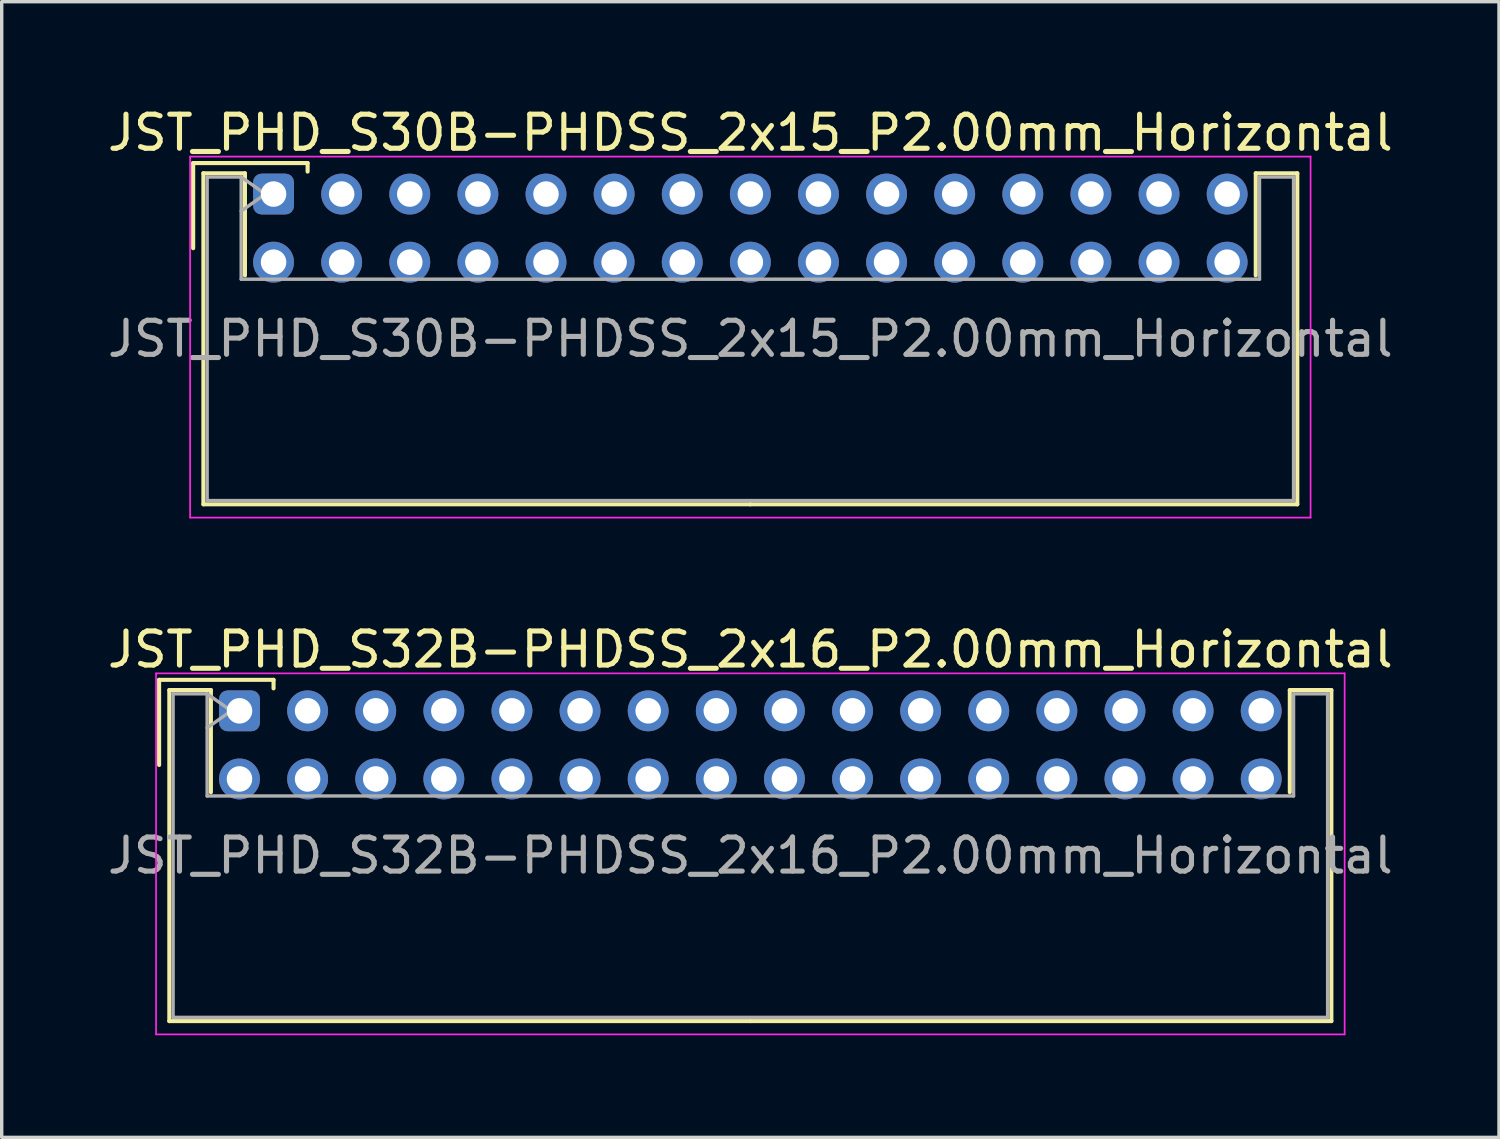
<source format=kicad_pcb>
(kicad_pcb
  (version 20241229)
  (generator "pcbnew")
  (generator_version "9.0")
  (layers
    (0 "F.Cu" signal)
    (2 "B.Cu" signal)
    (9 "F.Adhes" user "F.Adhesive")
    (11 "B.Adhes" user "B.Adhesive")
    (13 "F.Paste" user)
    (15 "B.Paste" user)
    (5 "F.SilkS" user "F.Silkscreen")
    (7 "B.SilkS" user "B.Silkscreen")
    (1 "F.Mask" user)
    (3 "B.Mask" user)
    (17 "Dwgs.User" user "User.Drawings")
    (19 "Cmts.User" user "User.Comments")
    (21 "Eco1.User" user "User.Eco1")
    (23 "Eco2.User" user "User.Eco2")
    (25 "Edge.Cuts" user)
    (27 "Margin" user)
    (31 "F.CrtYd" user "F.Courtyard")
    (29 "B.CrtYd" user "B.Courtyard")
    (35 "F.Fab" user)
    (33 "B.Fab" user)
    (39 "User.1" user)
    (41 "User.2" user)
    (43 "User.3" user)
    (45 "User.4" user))
  (footprint "JST_PHD_S30B-PHDSS_2x15_P2.00mm_Horizontal"
    (layer "F.Cu")
    (at 4.982 2.648)
    (property "Reference" "JST_PHD_S30B-PHDSS_2x15_P2.00mm_Horizontal" (at 14 -1.8 0) (layer "F.SilkS") (effects (font (size 1 1) (thickness 0.15))))
    (attr through_hole)
    (fp_line (start -2.36 -0.91) (end -2.36 1.59) (stroke (width 0.12) (type solid)) (layer "F.SilkS"))
    (fp_line (start -2.06 -0.61) (end -2.06 9.11) (stroke (width 0.12) (type solid)) (layer "F.SilkS"))
    (fp_line (start -2.06 9.11) (end 14 9.11) (stroke (width 0.12) (type solid)) (layer "F.SilkS"))
    (fp_line (start -0.84 -0.61) (end -2.06 -0.61) (stroke (width 0.12) (type solid)) (layer "F.SilkS"))
    (fp_line (start -0.84 2.39) (end -0.84 -0.61) (stroke (width 0.12) (type solid)) (layer "F.SilkS"))
    (fp_line (start 1 -0.91) (end -2.36 -0.91) (stroke (width 0.12) (type solid)) (layer "F.SilkS"))
    (fp_line (start 1 -0.66) (end 1 -0.91) (stroke (width 0.12) (type solid)) (layer "F.SilkS"))
    (fp_line (start 28.84 -0.61) (end 30.06 -0.61) (stroke (width 0.12) (type solid)) (layer "F.SilkS"))
    (fp_line (start 28.84 2.39) (end 28.84 -0.61) (stroke (width 0.12) (type solid)) (layer "F.SilkS"))
    (fp_line (start 30.06 -0.61) (end 30.06 9.11) (stroke (width 0.12) (type solid)) (layer "F.SilkS"))
    (fp_line (start 30.06 9.11) (end 14 9.11) (stroke (width 0.12) (type solid)) (layer "F.SilkS"))
    (fp_line (start -2.45 -1.1) (end -2.45 9.5) (stroke (width 0.05) (type solid)) (layer "F.CrtYd"))
    (fp_line (start -2.45 9.5) (end 30.45 9.5) (stroke (width 0.05) (type solid)) (layer "F.CrtYd"))
    (fp_line (start 30.45 -1.1) (end -2.45 -1.1) (stroke (width 0.05) (type solid)) (layer "F.CrtYd"))
    (fp_line (start 30.45 9.5) (end 30.45 -1.1) (stroke (width 0.05) (type solid)) (layer "F.CrtYd"))
    (fp_line (start -1.95 -0.5) (end -0.95 -0.5) (stroke (width 0.1) (type solid)) (layer "F.Fab"))
    (fp_line (start -1.95 9) (end -1.95 -0.5) (stroke (width 0.1) (type solid)) (layer "F.Fab"))
    (fp_line (start -0.95 -0.5) (end -0.95 2.5) (stroke (width 0.1) (type solid)) (layer "F.Fab"))
    (fp_line (start -0.95 -0.5) (end -0.243 0) (stroke (width 0.1) (type solid)) (layer "F.Fab"))
    (fp_line (start -0.95 2.5) (end 28.95 2.5) (stroke (width 0.1) (type solid)) (layer "F.Fab"))
    (fp_line (start -0.243 0) (end -0.95 0.5) (stroke (width 0.1) (type solid)) (layer "F.Fab"))
    (fp_line (start 28.95 -0.5) (end 29.95 -0.5) (stroke (width 0.1) (type solid)) (layer "F.Fab"))
    (fp_line (start 28.95 2.5) (end 28.95 -0.5) (stroke (width 0.1) (type solid)) (layer "F.Fab"))
    (fp_line (start 29.95 -0.5) (end 29.95 9) (stroke (width 0.1) (type solid)) (layer "F.Fab"))
    (fp_line (start 29.95 9) (end -1.95 9) (stroke (width 0.1) (type solid)) (layer "F.Fab"))
    (fp_text user "${REFERENCE}" (at 14 4.25 0) (layer "F.Fab") (effects (font (size 1 1) (thickness 0.15))))
    (pad "1" thru_hole roundrect (at 0 0) (size 1.2 1.2) (drill 0.75) (layers "*.Cu" "*.Mask") (roundrect_rratio 0.208))
    (pad "2" thru_hole circle (at 0 2) (size 1.2 1.2) (drill 0.75) (layers "*.Cu" "*.Mask"))
    (pad "3" thru_hole circle (at 2 0) (size 1.2 1.2) (drill 0.75) (layers "*.Cu" "*.Mask"))
    (pad "4" thru_hole circle (at 2 2) (size 1.2 1.2) (drill 0.75) (layers "*.Cu" "*.Mask"))
    (pad "5" thru_hole circle (at 4 0) (size 1.2 1.2) (drill 0.75) (layers "*.Cu" "*.Mask"))
    (pad "6" thru_hole circle (at 4 2) (size 1.2 1.2) (drill 0.75) (layers "*.Cu" "*.Mask"))
    (pad "7" thru_hole circle (at 6 0) (size 1.2 1.2) (drill 0.75) (layers "*.Cu" "*.Mask"))
    (pad "8" thru_hole circle (at 6 2) (size 1.2 1.2) (drill 0.75) (layers "*.Cu" "*.Mask"))
    (pad "9" thru_hole circle (at 8 0) (size 1.2 1.2) (drill 0.75) (layers "*.Cu" "*.Mask"))
    (pad "10" thru_hole circle (at 8 2) (size 1.2 1.2) (drill 0.75) (layers "*.Cu" "*.Mask"))
    (pad "11" thru_hole circle (at 10 0) (size 1.2 1.2) (drill 0.75) (layers "*.Cu" "*.Mask"))
    (pad "12" thru_hole circle (at 10 2) (size 1.2 1.2) (drill 0.75) (layers "*.Cu" "*.Mask"))
    (pad "13" thru_hole circle (at 12 0) (size 1.2 1.2) (drill 0.75) (layers "*.Cu" "*.Mask"))
    (pad "14" thru_hole circle (at 12 2) (size 1.2 1.2) (drill 0.75) (layers "*.Cu" "*.Mask"))
    (pad "15" thru_hole circle (at 14 0) (size 1.2 1.2) (drill 0.75) (layers "*.Cu" "*.Mask"))
    (pad "16" thru_hole circle (at 14 2) (size 1.2 1.2) (drill 0.75) (layers "*.Cu" "*.Mask"))
    (pad "17" thru_hole circle (at 16 0) (size 1.2 1.2) (drill 0.75) (layers "*.Cu" "*.Mask"))
    (pad "18" thru_hole circle (at 16 2) (size 1.2 1.2) (drill 0.75) (layers "*.Cu" "*.Mask"))
    (pad "19" thru_hole circle (at 18 0) (size 1.2 1.2) (drill 0.75) (layers "*.Cu" "*.Mask"))
    (pad "20" thru_hole circle (at 18 2) (size 1.2 1.2) (drill 0.75) (layers "*.Cu" "*.Mask"))
    (pad "21" thru_hole circle (at 20 0) (size 1.2 1.2) (drill 0.75) (layers "*.Cu" "*.Mask"))
    (pad "22" thru_hole circle (at 20 2) (size 1.2 1.2) (drill 0.75) (layers "*.Cu" "*.Mask"))
    (pad "23" thru_hole circle (at 22 0) (size 1.2 1.2) (drill 0.75) (layers "*.Cu" "*.Mask"))
    (pad "24" thru_hole circle (at 22 2) (size 1.2 1.2) (drill 0.75) (layers "*.Cu" "*.Mask"))
    (pad "25" thru_hole circle (at 24 0) (size 1.2 1.2) (drill 0.75) (layers "*.Cu" "*.Mask"))
    (pad "26" thru_hole circle (at 24 2) (size 1.2 1.2) (drill 0.75) (layers "*.Cu" "*.Mask"))
    (pad "27" thru_hole circle (at 26 0) (size 1.2 1.2) (drill 0.75) (layers "*.Cu" "*.Mask"))
    (pad "28" thru_hole circle (at 26 2) (size 1.2 1.2) (drill 0.75) (layers "*.Cu" "*.Mask"))
    (pad "29" thru_hole circle (at 28 0) (size 1.2 1.2) (drill 0.75) (layers "*.Cu" "*.Mask"))
    (pad "30" thru_hole circle (at 28 2) (size 1.2 1.2) (drill 0.75) (layers "*.Cu" "*.Mask")))
  (footprint "JST_PHD_S32B-PHDSS_2x16_P2.00mm_Horizontal"
    (layer "F.Cu")
    (at 3.982 17.822)
    (property "Reference" "JST_PHD_S32B-PHDSS_2x16_P2.00mm_Horizontal" (at 15 -1.8 0) (layer "F.SilkS") (effects (font (size 1 1) (thickness 0.15))))
    (attr through_hole)
    (fp_line (start -2.36 -0.91) (end -2.36 1.59) (stroke (width 0.12) (type solid)) (layer "F.SilkS"))
    (fp_line (start -2.06 -0.61) (end -2.06 9.11) (stroke (width 0.12) (type solid)) (layer "F.SilkS"))
    (fp_line (start -2.06 9.11) (end 15 9.11) (stroke (width 0.12) (type solid)) (layer "F.SilkS"))
    (fp_line (start -0.84 -0.61) (end -2.06 -0.61) (stroke (width 0.12) (type solid)) (layer "F.SilkS"))
    (fp_line (start -0.84 2.39) (end -0.84 -0.61) (stroke (width 0.12) (type solid)) (layer "F.SilkS"))
    (fp_line (start 1 -0.91) (end -2.36 -0.91) (stroke (width 0.12) (type solid)) (layer "F.SilkS"))
    (fp_line (start 1 -0.66) (end 1 -0.91) (stroke (width 0.12) (type solid)) (layer "F.SilkS"))
    (fp_line (start 30.84 -0.61) (end 32.06 -0.61) (stroke (width 0.12) (type solid)) (layer "F.SilkS"))
    (fp_line (start 30.84 2.39) (end 30.84 -0.61) (stroke (width 0.12) (type solid)) (layer "F.SilkS"))
    (fp_line (start 32.06 -0.61) (end 32.06 9.11) (stroke (width 0.12) (type solid)) (layer "F.SilkS"))
    (fp_line (start 32.06 9.11) (end 15 9.11) (stroke (width 0.12) (type solid)) (layer "F.SilkS"))
    (fp_line (start -2.45 -1.1) (end -2.45 9.5) (stroke (width 0.05) (type solid)) (layer "F.CrtYd"))
    (fp_line (start -2.45 9.5) (end 32.45 9.5) (stroke (width 0.05) (type solid)) (layer "F.CrtYd"))
    (fp_line (start 32.45 -1.1) (end -2.45 -1.1) (stroke (width 0.05) (type solid)) (layer "F.CrtYd"))
    (fp_line (start 32.45 9.5) (end 32.45 -1.1) (stroke (width 0.05) (type solid)) (layer "F.CrtYd"))
    (fp_line (start -1.95 -0.5) (end -0.95 -0.5) (stroke (width 0.1) (type solid)) (layer "F.Fab"))
    (fp_line (start -1.95 9) (end -1.95 -0.5) (stroke (width 0.1) (type solid)) (layer "F.Fab"))
    (fp_line (start -0.95 -0.5) (end -0.95 2.5) (stroke (width 0.1) (type solid)) (layer "F.Fab"))
    (fp_line (start -0.95 -0.5) (end -0.243 0) (stroke (width 0.1) (type solid)) (layer "F.Fab"))
    (fp_line (start -0.95 2.5) (end 30.95 2.5) (stroke (width 0.1) (type solid)) (layer "F.Fab"))
    (fp_line (start -0.243 0) (end -0.95 0.5) (stroke (width 0.1) (type solid)) (layer "F.Fab"))
    (fp_line (start 30.95 -0.5) (end 31.95 -0.5) (stroke (width 0.1) (type solid)) (layer "F.Fab"))
    (fp_line (start 30.95 2.5) (end 30.95 -0.5) (stroke (width 0.1) (type solid)) (layer "F.Fab"))
    (fp_line (start 31.95 -0.5) (end 31.95 9) (stroke (width 0.1) (type solid)) (layer "F.Fab"))
    (fp_line (start 31.95 9) (end -1.95 9) (stroke (width 0.1) (type solid)) (layer "F.Fab"))
    (fp_text user "${REFERENCE}" (at 15 4.25 0) (layer "F.Fab") (effects (font (size 1 1) (thickness 0.15))))
    (pad "1" thru_hole roundrect (at 0 0) (size 1.2 1.2) (drill 0.75) (layers "*.Cu" "*.Mask") (roundrect_rratio 0.208))
    (pad "2" thru_hole circle (at 0 2) (size 1.2 1.2) (drill 0.75) (layers "*.Cu" "*.Mask"))
    (pad "3" thru_hole circle (at 2 0) (size 1.2 1.2) (drill 0.75) (layers "*.Cu" "*.Mask"))
    (pad "4" thru_hole circle (at 2 2) (size 1.2 1.2) (drill 0.75) (layers "*.Cu" "*.Mask"))
    (pad "5" thru_hole circle (at 4 0) (size 1.2 1.2) (drill 0.75) (layers "*.Cu" "*.Mask"))
    (pad "6" thru_hole circle (at 4 2) (size 1.2 1.2) (drill 0.75) (layers "*.Cu" "*.Mask"))
    (pad "7" thru_hole circle (at 6 0) (size 1.2 1.2) (drill 0.75) (layers "*.Cu" "*.Mask"))
    (pad "8" thru_hole circle (at 6 2) (size 1.2 1.2) (drill 0.75) (layers "*.Cu" "*.Mask"))
    (pad "9" thru_hole circle (at 8 0) (size 1.2 1.2) (drill 0.75) (layers "*.Cu" "*.Mask"))
    (pad "10" thru_hole circle (at 8 2) (size 1.2 1.2) (drill 0.75) (layers "*.Cu" "*.Mask"))
    (pad "11" thru_hole circle (at 10 0) (size 1.2 1.2) (drill 0.75) (layers "*.Cu" "*.Mask"))
    (pad "12" thru_hole circle (at 10 2) (size 1.2 1.2) (drill 0.75) (layers "*.Cu" "*.Mask"))
    (pad "13" thru_hole circle (at 12 0) (size 1.2 1.2) (drill 0.75) (layers "*.Cu" "*.Mask"))
    (pad "14" thru_hole circle (at 12 2) (size 1.2 1.2) (drill 0.75) (layers "*.Cu" "*.Mask"))
    (pad "15" thru_hole circle (at 14 0) (size 1.2 1.2) (drill 0.75) (layers "*.Cu" "*.Mask"))
    (pad "16" thru_hole circle (at 14 2) (size 1.2 1.2) (drill 0.75) (layers "*.Cu" "*.Mask"))
    (pad "17" thru_hole circle (at 16 0) (size 1.2 1.2) (drill 0.75) (layers "*.Cu" "*.Mask"))
    (pad "18" thru_hole circle (at 16 2) (size 1.2 1.2) (drill 0.75) (layers "*.Cu" "*.Mask"))
    (pad "19" thru_hole circle (at 18 0) (size 1.2 1.2) (drill 0.75) (layers "*.Cu" "*.Mask"))
    (pad "20" thru_hole circle (at 18 2) (size 1.2 1.2) (drill 0.75) (layers "*.Cu" "*.Mask"))
    (pad "21" thru_hole circle (at 20 0) (size 1.2 1.2) (drill 0.75) (layers "*.Cu" "*.Mask"))
    (pad "22" thru_hole circle (at 20 2) (size 1.2 1.2) (drill 0.75) (layers "*.Cu" "*.Mask"))
    (pad "23" thru_hole circle (at 22 0) (size 1.2 1.2) (drill 0.75) (layers "*.Cu" "*.Mask"))
    (pad "24" thru_hole circle (at 22 2) (size 1.2 1.2) (drill 0.75) (layers "*.Cu" "*.Mask"))
    (pad "25" thru_hole circle (at 24 0) (size 1.2 1.2) (drill 0.75) (layers "*.Cu" "*.Mask"))
    (pad "26" thru_hole circle (at 24 2) (size 1.2 1.2) (drill 0.75) (layers "*.Cu" "*.Mask"))
    (pad "27" thru_hole circle (at 26 0) (size 1.2 1.2) (drill 0.75) (layers "*.Cu" "*.Mask"))
    (pad "28" thru_hole circle (at 26 2) (size 1.2 1.2) (drill 0.75) (layers "*.Cu" "*.Mask"))
    (pad "29" thru_hole circle (at 28 0) (size 1.2 1.2) (drill 0.75) (layers "*.Cu" "*.Mask"))
    (pad "30" thru_hole circle (at 28 2) (size 1.2 1.2) (drill 0.75) (layers "*.Cu" "*.Mask"))
    (pad "31" thru_hole circle (at 30 0) (size 1.2 1.2) (drill 0.75) (layers "*.Cu" "*.Mask"))
    (pad "32" thru_hole circle (at 30 2) (size 1.2 1.2) (drill 0.75) (layers "*.Cu" "*.Mask")))
  (gr_rect
    (start -3 -3)
    (end 40.964 30.346)
    (stroke (width 0.1) (type default))
    (fill no)
    (layer "Edge.Cuts")))
</source>
